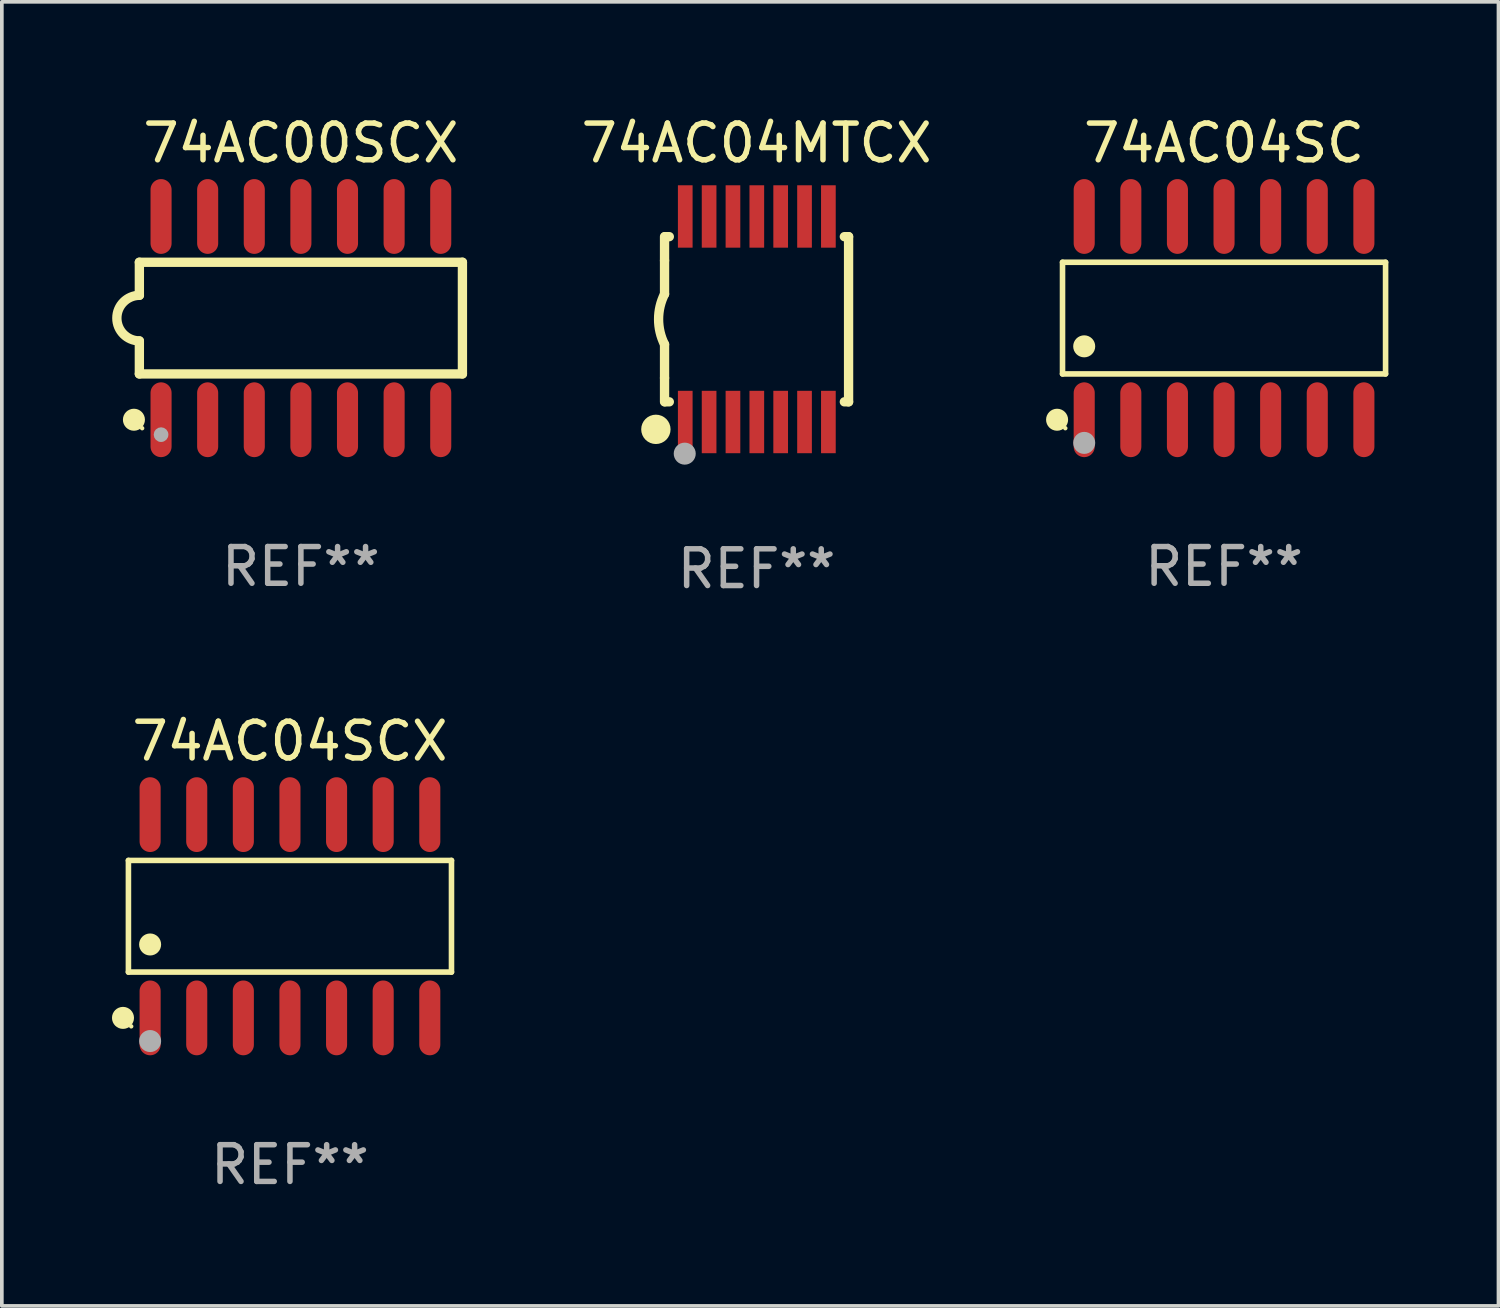
<source format=kicad_pcb>
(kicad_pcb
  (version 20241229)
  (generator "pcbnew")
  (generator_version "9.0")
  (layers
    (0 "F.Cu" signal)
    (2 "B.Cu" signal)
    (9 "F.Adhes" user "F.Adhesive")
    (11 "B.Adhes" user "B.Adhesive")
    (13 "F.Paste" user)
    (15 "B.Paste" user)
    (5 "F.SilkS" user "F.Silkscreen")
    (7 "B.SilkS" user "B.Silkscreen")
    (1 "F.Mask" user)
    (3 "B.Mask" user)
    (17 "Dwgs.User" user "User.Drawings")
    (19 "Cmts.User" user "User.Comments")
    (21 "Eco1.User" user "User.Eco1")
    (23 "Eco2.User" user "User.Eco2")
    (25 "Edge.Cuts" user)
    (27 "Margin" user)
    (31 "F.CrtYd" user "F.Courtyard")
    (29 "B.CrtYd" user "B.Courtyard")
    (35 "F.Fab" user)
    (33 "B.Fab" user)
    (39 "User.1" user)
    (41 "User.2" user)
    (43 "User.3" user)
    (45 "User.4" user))
  (footprint "74AC04MTCX"
    (layer "F.Cu")
    (at 17.563 5.648)
    (property "Reference" "74AC04MTCX" (at 0 -4.8 0) (layer "F.SilkS") (effects (font (size 1 1) (thickness 0.15))))
    (attr through_hole)
    (fp_line (start -2.507 -1.6) (end -2.507 -2.25) (stroke (width 0.254) (type solid)) (layer "F.SilkS"))
    (fp_line (start -2.507 -0.686) (end -2.507 -1.6) (stroke (width 0.254) (type solid)) (layer "F.SilkS"))
    (fp_line (start -2.507 1.6) (end -2.507 0.686) (stroke (width 0.254) (type solid)) (layer "F.SilkS"))
    (fp_line (start -2.507 1.6) (end -2.507 2.25) (stroke (width 0.254) (type solid)) (layer "F.SilkS"))
    (fp_line (start -2.493 -2.25) (end -2.377 -2.25) (stroke (width 0.254) (type solid)) (layer "F.SilkS"))
    (fp_line (start -2.377 2.25) (end -2.493 2.25) (stroke (width 0.254) (type solid)) (layer "F.SilkS"))
    (fp_line (start 2.392 -2.25) (end 2.507 -2.25) (stroke (width 0.254) (type solid)) (layer "F.SilkS"))
    (fp_line (start 2.507 -2.25) (end 2.507 2.25) (stroke (width 0.254) (type solid)) (layer "F.SilkS"))
    (fp_line (start 2.507 2.25) (end 2.392 2.25) (stroke (width 0.254) (type solid)) (layer "F.SilkS"))
    (fp_arc (start -2.507303 0.685802) (mid -2.669199 0) (end -2.507303 -0.685801) (stroke (width 0.254001) (type solid)) (layer "F.SilkS"))
    (fp_circle (center -2.743 3) (end -2.543 3) (stroke (width 0.4) (type solid)) (fill no) (layer "F.SilkS"))
    (fp_circle (center -2.493 3.2) (end -2.463 3.2) (stroke (width 0.06) (type solid)) (fill no) (layer "F.SilkS"))
    (fp_circle (center -1.957 3.662) (end -1.807 3.662) (stroke (width 0.3) (type solid)) (fill no) (layer "F.Fab"))
    (fp_text user "REF**" (at 0 6.8 0) (layer "F.Fab") (effects (font (size 1 1) (thickness 0.15))))
    (pad "1" smd rect (at -1.943 2.8) (size 0.4 1.7) (layers "F.Cu" "F.Mask" "F.Paste"))
    (pad "2" smd rect (at -1.293 2.8) (size 0.4 1.7) (layers "F.Cu" "F.Mask" "F.Paste"))
    (pad "3" smd rect (at -0.643 2.8) (size 0.4 1.7) (layers "F.Cu" "F.Mask" "F.Paste"))
    (pad "4" smd rect (at 0.007 2.8) (size 0.4 1.7) (layers "F.Cu" "F.Mask" "F.Paste"))
    (pad "5" smd rect (at 0.657 2.8) (size 0.4 1.7) (layers "F.Cu" "F.Mask" "F.Paste"))
    (pad "6" smd rect (at 1.307 2.8) (size 0.4 1.7) (layers "F.Cu" "F.Mask" "F.Paste"))
    (pad "7" smd rect (at 1.957 2.8) (size 0.4 1.7) (layers "F.Cu" "F.Mask" "F.Paste"))
    (pad "8" smd rect (at 1.957 -2.8) (size 0.4 1.7) (layers "F.Cu" "F.Mask" "F.Paste"))
    (pad "9" smd rect (at 1.307 -2.8) (size 0.4 1.7) (layers "F.Cu" "F.Mask" "F.Paste"))
    (pad "10" smd rect (at 0.657 -2.8) (size 0.4 1.7) (layers "F.Cu" "F.Mask" "F.Paste"))
    (pad "11" smd rect (at 0.007 -2.8) (size 0.4 1.7) (layers "F.Cu" "F.Mask" "F.Paste"))
    (pad "12" smd rect (at -0.643 -2.8) (size 0.4 1.7) (layers "F.Cu" "F.Mask" "F.Paste"))
    (pad "13" smd rect (at -1.293 -2.8) (size 0.4 1.7) (layers "F.Cu" "F.Mask" "F.Paste"))
    (pad "14" smd rect (at -1.943 -2.8) (size 0.4 1.7) (layers "F.Cu" "F.Mask" "F.Paste")))
  (footprint "74AC00SCX"
    (layer "F.Cu")
    (at 5.148 5.617)
    (property "Reference" "74AC00SCX" (at 0 -4.769 0) (layer "F.SilkS") (effects (font (size 1 1) (thickness 0.15))))
    (attr through_hole)
    (fp_line (start -4.401 -1.522) (end -4.401 -0.622) (stroke (width 0.254) (type solid)) (layer "F.SilkS"))
    (fp_line (start -4.401 -1.522) (end 4.401 -1.522) (stroke (width 0.254) (type solid)) (layer "F.SilkS"))
    (fp_line (start -4.401 1.521) (end -4.401 0.621) (stroke (width 0.254) (type solid)) (layer "F.SilkS"))
    (fp_line (start 4.401 -1.522) (end 4.401 1.521) (stroke (width 0.254) (type solid)) (layer "F.SilkS"))
    (fp_line (start 4.401 1.521) (end -4.401 1.521) (stroke (width 0.254) (type solid)) (layer "F.SilkS"))
    (fp_arc (start -4.401219 0.621311) (mid -5.021261 -0.000419) (end -4.400101 -0.621032) (stroke (width 0.254001) (type solid)) (layer "F.SilkS"))
    (fp_circle (center -4.549 2.769) (end -4.399 2.769) (stroke (width 0.3) (type solid)) (fill no) (layer "F.SilkS"))
    (fp_circle (center -4.325 3) (end -4.295 3) (stroke (width 0.06) (type solid)) (fill no) (layer "F.SilkS"))
    (fp_circle (center -3.81 3.175) (end -3.71 3.175) (stroke (width 0.2) (type solid)) (fill no) (layer "F.Fab"))
    (fp_text user "REF**" (at 0 6.769 0) (layer "F.Fab") (effects (font (size 1 1) (thickness 0.15))))
    (pad "1" smd oval (at -3.81 2.769) (size 0.574 2.038) (layers "F.Cu" "F.Mask" "F.Paste"))
    (pad "2" smd oval (at -2.54 2.769) (size 0.574 2.038) (layers "F.Cu" "F.Mask" "F.Paste"))
    (pad "3" smd oval (at -1.27 2.769) (size 0.574 2.038) (layers "F.Cu" "F.Mask" "F.Paste"))
    (pad "4" smd oval (at -0.000051 2.769) (size 0.574 2.038) (layers "F.Cu" "F.Mask" "F.Paste"))
    (pad "5" smd oval (at 1.27 2.769) (size 0.574 2.038) (layers "F.Cu" "F.Mask" "F.Paste"))
    (pad "6" smd oval (at 2.54 2.769) (size 0.574 2.038) (layers "F.Cu" "F.Mask" "F.Paste"))
    (pad "7" smd oval (at 3.81 2.769) (size 0.574 2.038) (layers "F.Cu" "F.Mask" "F.Paste"))
    (pad "8" smd oval (at 3.81 -2.769) (size 0.574 2.038) (layers "F.Cu" "F.Mask" "F.Paste"))
    (pad "9" smd oval (at 2.54 -2.769) (size 0.574 2.038) (layers "F.Cu" "F.Mask" "F.Paste"))
    (pad "10" smd oval (at 1.27 -2.769) (size 0.574 2.038) (layers "F.Cu" "F.Mask" "F.Paste"))
    (pad "11" smd oval (at -0.000051 -2.769) (size 0.574 2.038) (layers "F.Cu" "F.Mask" "F.Paste"))
    (pad "12" smd oval (at -1.27 -2.769) (size 0.574 2.038) (layers "F.Cu" "F.Mask" "F.Paste"))
    (pad "13" smd oval (at -2.54 -2.769) (size 0.574 2.038) (layers "F.Cu" "F.Mask" "F.Paste"))
    (pad "14" smd oval (at -3.81 -2.769) (size 0.574 2.038) (layers "F.Cu" "F.Mask" "F.Paste")))
  (footprint "74AC04SCX"
    (layer "F.Cu")
    (at 4.85 21.914)
    (property "Reference" "74AC04SCX" (at 0 -4.769 0) (layer "F.SilkS") (effects (font (size 1 1) (thickness 0.15))))
    (attr through_hole)
    (fp_line (start -4.401 -1.521) (end 4.401 -1.521) (stroke (width 0.152) (type solid)) (layer "F.SilkS"))
    (fp_line (start -4.401 1.521) (end -4.401 -1.521) (stroke (width 0.152) (type solid)) (layer "F.SilkS"))
    (fp_line (start 4.401 -1.521) (end 4.401 1.521) (stroke (width 0.152) (type solid)) (layer "F.SilkS"))
    (fp_line (start 4.401 1.521) (end -4.401 1.521) (stroke (width 0.152) (type solid)) (layer "F.SilkS"))
    (fp_circle (center -4.549 2.769) (end -4.399 2.769) (stroke (width 0.3) (type solid)) (fill no) (layer "F.SilkS"))
    (fp_circle (center -4.325 3) (end -4.295 3) (stroke (width 0.06) (type solid)) (fill no) (layer "F.SilkS"))
    (fp_circle (center -3.81 0.769) (end -3.66 0.769) (stroke (width 0.3) (type solid)) (fill no) (layer "F.SilkS"))
    (fp_circle (center -3.81 3.4) (end -3.66 3.4) (stroke (width 0.3) (type solid)) (fill no) (layer "F.Fab"))
    (fp_text user "REF**" (at 0 6.769 0) (layer "F.Fab") (effects (font (size 1 1) (thickness 0.15))))
    (pad "1" smd oval (at -3.81 2.769) (size 0.574 2.038) (layers "F.Cu" "F.Mask" "F.Paste"))
    (pad "2" smd oval (at -2.54 2.769) (size 0.574 2.038) (layers "F.Cu" "F.Mask" "F.Paste"))
    (pad "3" smd oval (at -1.27 2.769) (size 0.574 2.038) (layers "F.Cu" "F.Mask" "F.Paste"))
    (pad "4" smd oval (at 0 2.769) (size 0.574 2.038) (layers "F.Cu" "F.Mask" "F.Paste"))
    (pad "5" smd oval (at 1.27 2.769) (size 0.574 2.038) (layers "F.Cu" "F.Mask" "F.Paste"))
    (pad "6" smd oval (at 2.54 2.769) (size 0.574 2.038) (layers "F.Cu" "F.Mask" "F.Paste"))
    (pad "7" smd oval (at 3.81 2.769) (size 0.574 2.038) (layers "F.Cu" "F.Mask" "F.Paste"))
    (pad "8" smd oval (at 3.81 -2.769) (size 0.574 2.038) (layers "F.Cu" "F.Mask" "F.Paste"))
    (pad "9" smd oval (at 2.54 -2.769) (size 0.574 2.038) (layers "F.Cu" "F.Mask" "F.Paste"))
    (pad "10" smd oval (at 1.27 -2.769) (size 0.574 2.038) (layers "F.Cu" "F.Mask" "F.Paste"))
    (pad "11" smd oval (at 0 -2.769) (size 0.574 2.038) (layers "F.Cu" "F.Mask" "F.Paste"))
    (pad "12" smd oval (at -1.27 -2.769) (size 0.574 2.038) (layers "F.Cu" "F.Mask" "F.Paste"))
    (pad "13" smd oval (at -2.54 -2.769) (size 0.574 2.038) (layers "F.Cu" "F.Mask" "F.Paste"))
    (pad "14" smd oval (at -3.81 -2.769) (size 0.574 2.038) (layers "F.Cu" "F.Mask" "F.Paste")))
  (footprint "74AC04SC"
    (layer "F.Cu")
    (at 30.3 5.617)
    (property "Reference" "74AC04SC" (at 0 -4.769 0) (layer "F.SilkS") (effects (font (size 1 1) (thickness 0.15))))
    (attr through_hole)
    (fp_line (start -4.401 -1.521) (end 4.401 -1.521) (stroke (width 0.152) (type solid)) (layer "F.SilkS"))
    (fp_line (start -4.401 1.521) (end -4.401 -1.521) (stroke (width 0.152) (type solid)) (layer "F.SilkS"))
    (fp_line (start 4.401 -1.521) (end 4.401 1.521) (stroke (width 0.152) (type solid)) (layer "F.SilkS"))
    (fp_line (start 4.401 1.521) (end -4.401 1.521) (stroke (width 0.152) (type solid)) (layer "F.SilkS"))
    (fp_circle (center -4.549 2.769) (end -4.399 2.769) (stroke (width 0.3) (type solid)) (fill no) (layer "F.SilkS"))
    (fp_circle (center -4.325 3) (end -4.295 3) (stroke (width 0.06) (type solid)) (fill no) (layer "F.SilkS"))
    (fp_circle (center -3.81 0.769) (end -3.66 0.769) (stroke (width 0.3) (type solid)) (fill no) (layer "F.SilkS"))
    (fp_circle (center -3.81 3.4) (end -3.66 3.4) (stroke (width 0.3) (type solid)) (fill no) (layer "F.Fab"))
    (fp_text user "REF**" (at 0 6.769 0) (layer "F.Fab") (effects (font (size 1 1) (thickness 0.15))))
    (pad "1" smd oval (at -3.81 2.769) (size 0.574 2.038) (layers "F.Cu" "F.Mask" "F.Paste"))
    (pad "2" smd oval (at -2.54 2.769) (size 0.574 2.038) (layers "F.Cu" "F.Mask" "F.Paste"))
    (pad "3" smd oval (at -1.27 2.769) (size 0.574 2.038) (layers "F.Cu" "F.Mask" "F.Paste"))
    (pad "4" smd oval (at 0 2.769) (size 0.574 2.038) (layers "F.Cu" "F.Mask" "F.Paste"))
    (pad "5" smd oval (at 1.27 2.769) (size 0.574 2.038) (layers "F.Cu" "F.Mask" "F.Paste"))
    (pad "6" smd oval (at 2.54 2.769) (size 0.574 2.038) (layers "F.Cu" "F.Mask" "F.Paste"))
    (pad "7" smd oval (at 3.81 2.769) (size 0.574 2.038) (layers "F.Cu" "F.Mask" "F.Paste"))
    (pad "8" smd oval (at 3.81 -2.769) (size 0.574 2.038) (layers "F.Cu" "F.Mask" "F.Paste"))
    (pad "9" smd oval (at 2.54 -2.769) (size 0.574 2.038) (layers "F.Cu" "F.Mask" "F.Paste"))
    (pad "10" smd oval (at 1.27 -2.769) (size 0.574 2.038) (layers "F.Cu" "F.Mask" "F.Paste"))
    (pad "11" smd oval (at 0 -2.769) (size 0.574 2.038) (layers "F.Cu" "F.Mask" "F.Paste"))
    (pad "12" smd oval (at -1.27 -2.769) (size 0.574 2.038) (layers "F.Cu" "F.Mask" "F.Paste"))
    (pad "13" smd oval (at -2.54 -2.769) (size 0.574 2.038) (layers "F.Cu" "F.Mask" "F.Paste"))
    (pad "14" smd oval (at -3.81 -2.769) (size 0.574 2.038) (layers "F.Cu" "F.Mask" "F.Paste")))
  (gr_rect
    (start -3 -3)
    (end 37.777 32.531)
    (stroke (width 0.1) (type default))
    (fill no)
    (layer "Edge.Cuts")))
</source>
